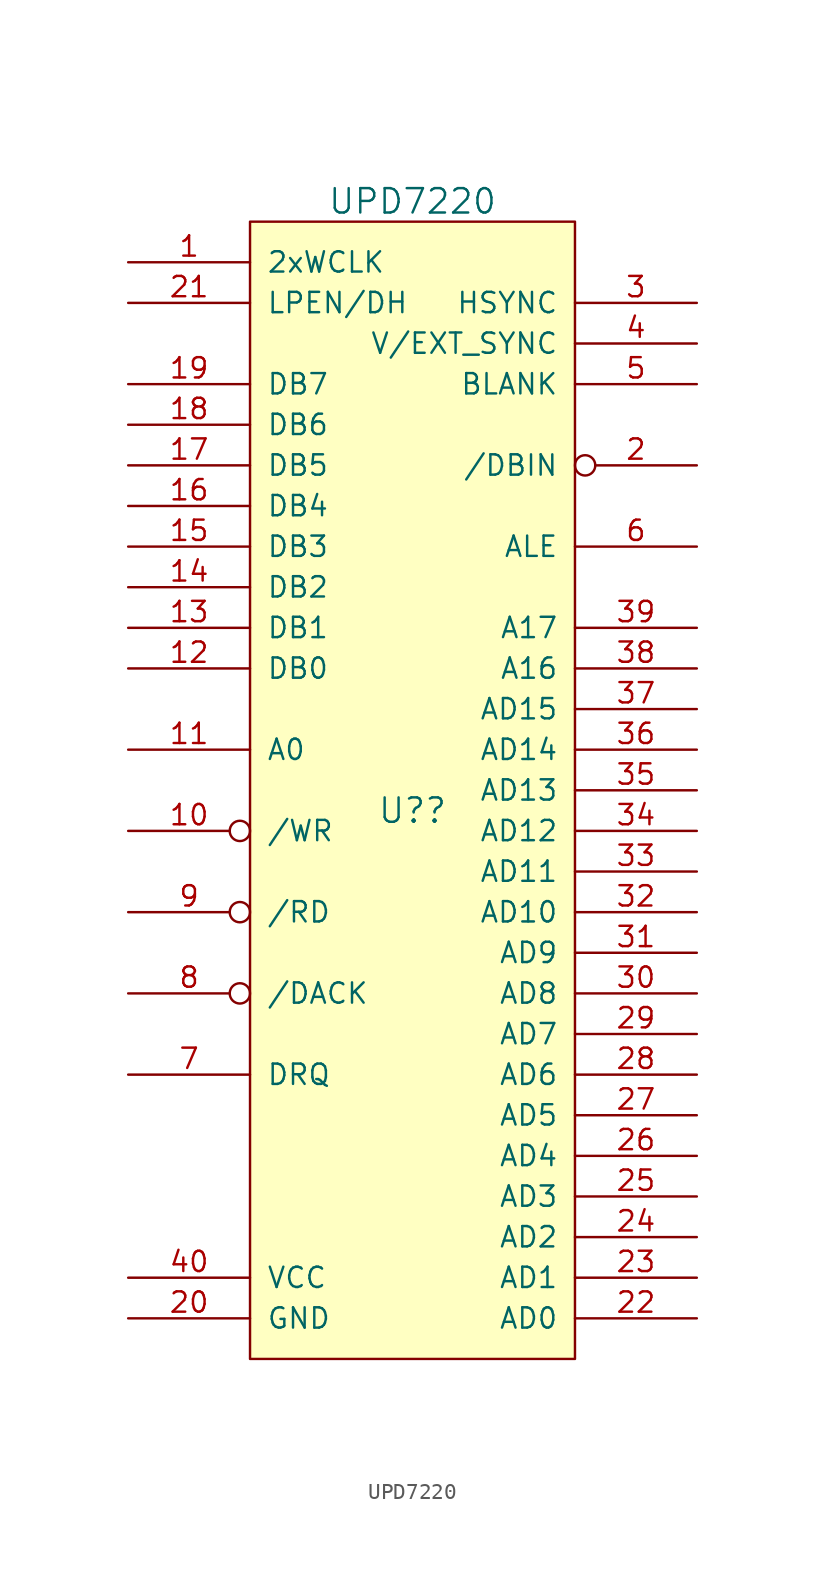
<source format=kicad_sym>
(kicad_symbol_lib
  (version 20211014)
  (generator kicad_symbol_editor)
  (symbol "UPD7220"
    (pin_names
      (offset 1.016))
    (property "Reference" "U?"
      (at 0 -10.16 0)
      (effects (font (size 1.524 1.524))))
    (property "Value" "UPD7220"
      (at 0 27.94 0)
      (effects (font (size 1.524 1.524))))
    (symbol "UPD7220_0_1"
      (rectangle (start -10.16 26.67) (end 10.16 -44.45) (stroke (width 0) (type default) (color 0 0 0 0)) (fill (type background))))
    (symbol "UPD7220_1_1"
      (pin input line (at -17.78 24.13 0) (length 7.62) (name "2xWCLK" (effects (font (size 1.27 1.27)))) (number "1" (effects (font (size 1.27 1.27)))))
      (pin input inverted (at -17.78 -11.43 0) (length 7.62) (name "/WR" (effects (font (size 1.27 1.27)))) (number "10" (effects (font (size 1.27 1.27)))))
      (pin input line (at -17.78 -6.35 0) (length 7.62) (name "A0" (effects (font (size 1.27 1.27)))) (number "11" (effects (font (size 1.27 1.27)))))
      (pin bidirectional line (at -17.78 -1.27 0) (length 7.62) (name "DB0" (effects (font (size 1.27 1.27)))) (number "12" (effects (font (size 1.27 1.27)))))
      (pin bidirectional line (at -17.78 1.27 0) (length 7.62) (name "DB1" (effects (font (size 1.27 1.27)))) (number "13" (effects (font (size 1.27 1.27)))))
      (pin bidirectional line (at -17.78 3.81 0) (length 7.62) (name "DB2" (effects (font (size 1.27 1.27)))) (number "14" (effects (font (size 1.27 1.27)))))
      (pin bidirectional line (at -17.78 6.35 0) (length 7.62) (name "DB3" (effects (font (size 1.27 1.27)))) (number "15" (effects (font (size 1.27 1.27)))))
      (pin bidirectional line (at -17.78 8.89 0) (length 7.62) (name "DB4" (effects (font (size 1.27 1.27)))) (number "16" (effects (font (size 1.27 1.27)))))
      (pin bidirectional line (at -17.78 11.43 0) (length 7.62) (name "DB5" (effects (font (size 1.27 1.27)))) (number "17" (effects (font (size 1.27 1.27)))))
      (pin bidirectional line (at -17.78 13.97 0) (length 7.62) (name "DB6" (effects (font (size 1.27 1.27)))) (number "18" (effects (font (size 1.27 1.27)))))
      (pin bidirectional line (at -17.78 16.51 0) (length 7.62) (name "DB7" (effects (font (size 1.27 1.27)))) (number "19" (effects (font (size 1.27 1.27)))))
      (pin output inverted (at 17.78 11.43 180) (length 7.62) (name "/DBIN" (effects (font (size 1.27 1.27)))) (number "2" (effects (font (size 1.27 1.27)))))
      (pin power_in line (at -17.78 -41.91 0) (length 7.62) (name "GND" (effects (font (size 1.27 1.27)))) (number "20" (effects (font (size 1.27 1.27)))))
      (pin input line (at -17.78 21.59 0) (length 7.62) (name "LPEN/DH" (effects (font (size 1.27 1.27)))) (number "21" (effects (font (size 1.27 1.27)))))
      (pin bidirectional line (at 17.78 -41.91 180) (length 7.62) (name "AD0" (effects (font (size 1.27 1.27)))) (number "22" (effects (font (size 1.27 1.27)))))
      (pin bidirectional line (at 17.78 -39.37 180) (length 7.62) (name "AD1" (effects (font (size 1.27 1.27)))) (number "23" (effects (font (size 1.27 1.27)))))
      (pin bidirectional line (at 17.78 -36.83 180) (length 7.62) (name "AD2" (effects (font (size 1.27 1.27)))) (number "24" (effects (font (size 1.27 1.27)))))
      (pin bidirectional line (at 17.78 -34.29 180) (length 7.62) (name "AD3" (effects (font (size 1.27 1.27)))) (number "25" (effects (font (size 1.27 1.27)))))
      (pin bidirectional line (at 17.78 -31.75 180) (length 7.62) (name "AD4" (effects (font (size 1.27 1.27)))) (number "26" (effects (font (size 1.27 1.27)))))
      (pin bidirectional line (at 17.78 -29.21 180) (length 7.62) (name "AD5" (effects (font (size 1.27 1.27)))) (number "27" (effects (font (size 1.27 1.27)))))
      (pin bidirectional line (at 17.78 -26.67 180) (length 7.62) (name "AD6" (effects (font (size 1.27 1.27)))) (number "28" (effects (font (size 1.27 1.27)))))
      (pin bidirectional line (at 17.78 -24.13 180) (length 7.62) (name "AD7" (effects (font (size 1.27 1.27)))) (number "29" (effects (font (size 1.27 1.27)))))
      (pin output line (at 17.78 21.59 180) (length 7.62) (name "HSYNC" (effects (font (size 1.27 1.27)))) (number "3" (effects (font (size 1.27 1.27)))))
      (pin bidirectional line (at 17.78 -21.59 180) (length 7.62) (name "AD8" (effects (font (size 1.27 1.27)))) (number "30" (effects (font (size 1.27 1.27)))))
      (pin bidirectional line (at 17.78 -19.05 180) (length 7.62) (name "AD9" (effects (font (size 1.27 1.27)))) (number "31" (effects (font (size 1.27 1.27)))))
      (pin bidirectional line (at 17.78 -16.51 180) (length 7.62) (name "AD10" (effects (font (size 1.27 1.27)))) (number "32" (effects (font (size 1.27 1.27)))))
      (pin bidirectional line (at 17.78 -13.97 180) (length 7.62) (name "AD11" (effects (font (size 1.27 1.27)))) (number "33" (effects (font (size 1.27 1.27)))))
      (pin bidirectional line (at 17.78 -11.43 180) (length 7.62) (name "AD12" (effects (font (size 1.27 1.27)))) (number "34" (effects (font (size 1.27 1.27)))))
      (pin bidirectional line (at 17.78 -8.89 180) (length 7.62) (name "AD13" (effects (font (size 1.27 1.27)))) (number "35" (effects (font (size 1.27 1.27)))))
      (pin bidirectional line (at 17.78 -6.35 180) (length 7.62) (name "AD14" (effects (font (size 1.27 1.27)))) (number "36" (effects (font (size 1.27 1.27)))))
      (pin bidirectional line (at 17.78 -3.81 180) (length 7.62) (name "AD15" (effects (font (size 1.27 1.27)))) (number "37" (effects (font (size 1.27 1.27)))))
      (pin output line (at 17.78 -1.27 180) (length 7.62) (name "A16" (effects (font (size 1.27 1.27)))) (number "38" (effects (font (size 1.27 1.27)))))
      (pin output line (at 17.78 1.27 180) (length 7.62) (name "A17" (effects (font (size 1.27 1.27)))) (number "39" (effects (font (size 1.27 1.27)))))
      (pin output line (at 17.78 19.05 180) (length 7.62) (name "V/EXT_SYNC" (effects (font (size 1.27 1.27)))) (number "4" (effects (font (size 1.27 1.27)))))
      (pin power_in line (at -17.78 -39.37 0) (length 7.62) (name "VCC" (effects (font (size 1.27 1.27)))) (number "40" (effects (font (size 1.27 1.27)))))
      (pin output line (at 17.78 16.51 180) (length 7.62) (name "BLANK" (effects (font (size 1.27 1.27)))) (number "5" (effects (font (size 1.27 1.27)))))
      (pin output line (at 17.78 6.35 180) (length 7.62) (name "ALE" (effects (font (size 1.27 1.27)))) (number "6" (effects (font (size 1.27 1.27)))))
      (pin output line (at -17.78 -26.67 0) (length 7.62) (name "DRQ" (effects (font (size 1.27 1.27)))) (number "7" (effects (font (size 1.27 1.27)))))
      (pin input inverted (at -17.78 -21.59 0) (length 7.62) (name "/DACK" (effects (font (size 1.27 1.27)))) (number "8" (effects (font (size 1.27 1.27)))))
      (pin input inverted (at -17.78 -16.51 0) (length 7.62) (name "/RD" (effects (font (size 1.27 1.27)))) (number "9" (effects (font (size 1.27 1.27))))))))
</source>
